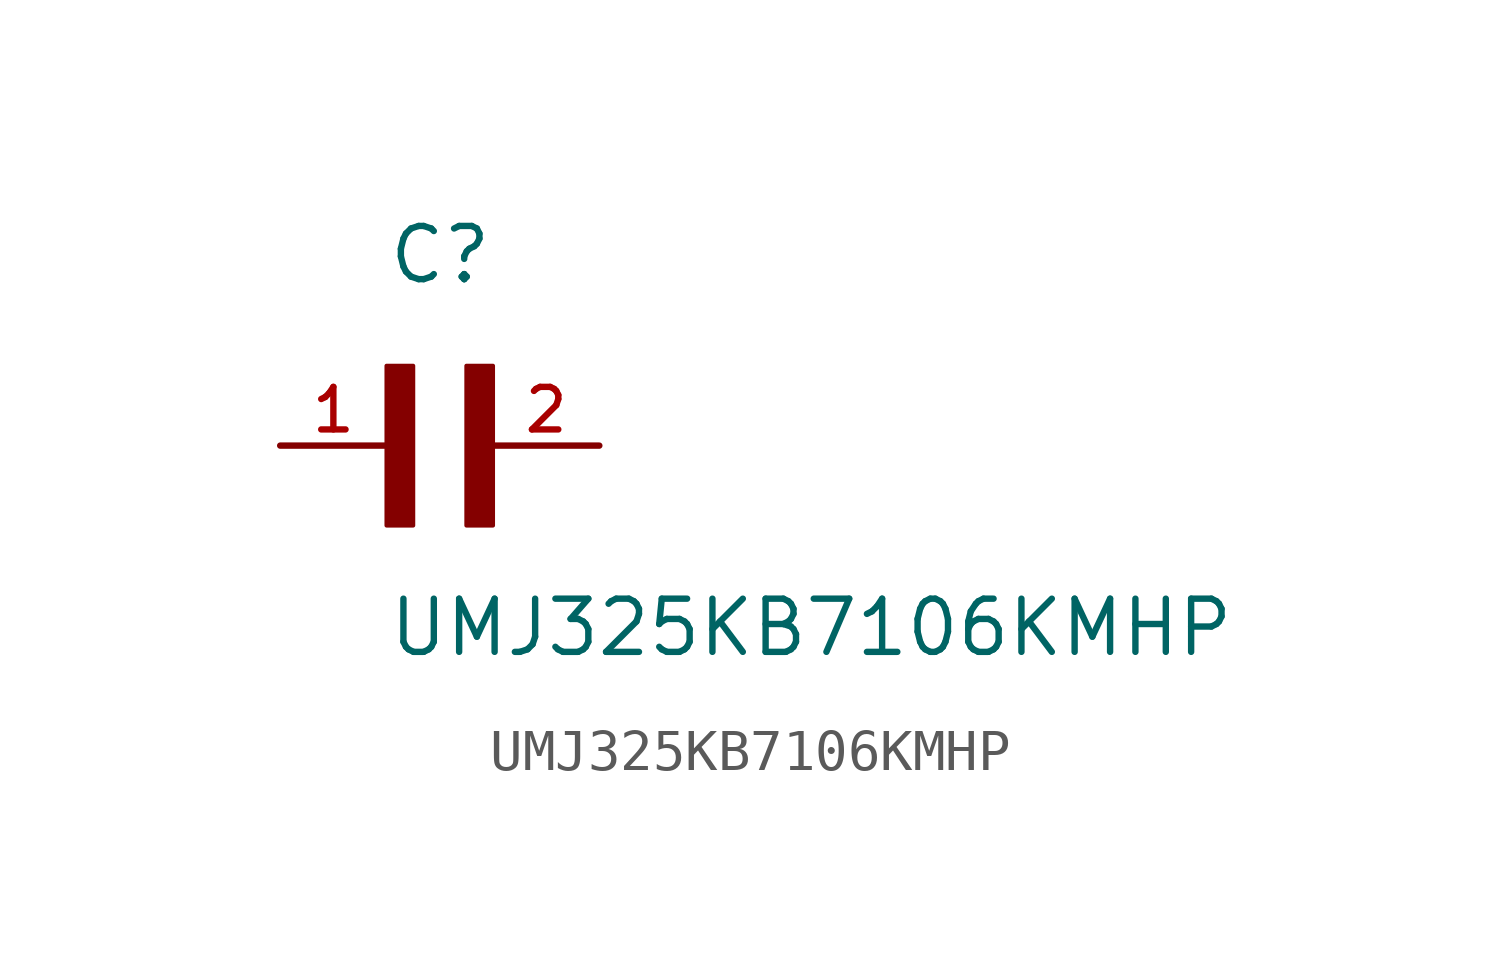
<source format=kicad_sym>
(kicad_symbol_lib
  (version 20211014)
  (generator kicad_symbol_editor)
  (symbol "UMJ325KB7106KMHP"
    (pin_names
      (offset 1.016))
    (property "Reference" "C"
      (at 0.0 3.811 0)
      (effects (font (size 1.27 1.27)) (justify bottom left)))
    (property "Value" "UMJ325KB7106KMHP"
      (at 0.0 -5.088 0)
      (effects (font (size 1.27 1.27)) (justify bottom left)))
    (symbol "UMJ325KB7106KMHP_0_0"
      (rectangle (start 0.0 -1.907) (end 0.635 1.905) (stroke (width 0.1)) (fill (type outline)))
      (rectangle (start 1.907 -1.907) (end 2.54 1.905) (stroke (width 0.1)) (fill (type outline)))
      (pin passive line (at 5.08 0.0 180.0) (length 2.54) (name "~" (effects (font (size 1.016 1.016)))) (number "2" (effects (font (size 1.016 1.016)))))
      (pin passive line (at -2.54 0.0 0) (length 2.54) (name "~" (effects (font (size 1.016 1.016)))) (number "1" (effects (font (size 1.016 1.016))))))))
</source>
